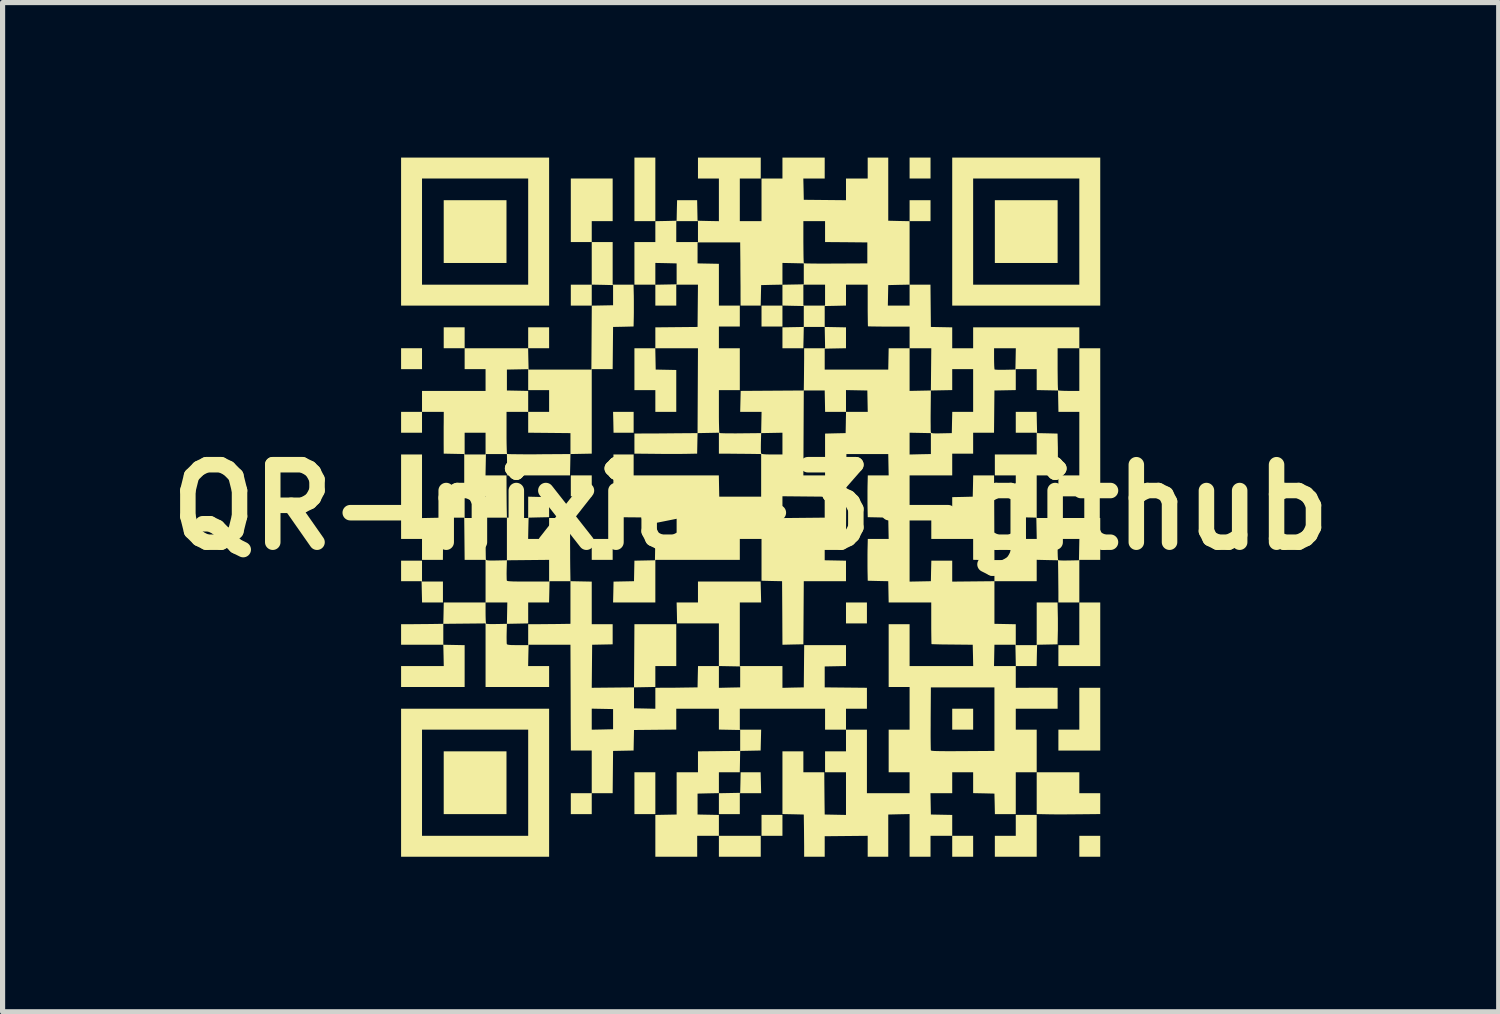
<source format=kicad_pcb>
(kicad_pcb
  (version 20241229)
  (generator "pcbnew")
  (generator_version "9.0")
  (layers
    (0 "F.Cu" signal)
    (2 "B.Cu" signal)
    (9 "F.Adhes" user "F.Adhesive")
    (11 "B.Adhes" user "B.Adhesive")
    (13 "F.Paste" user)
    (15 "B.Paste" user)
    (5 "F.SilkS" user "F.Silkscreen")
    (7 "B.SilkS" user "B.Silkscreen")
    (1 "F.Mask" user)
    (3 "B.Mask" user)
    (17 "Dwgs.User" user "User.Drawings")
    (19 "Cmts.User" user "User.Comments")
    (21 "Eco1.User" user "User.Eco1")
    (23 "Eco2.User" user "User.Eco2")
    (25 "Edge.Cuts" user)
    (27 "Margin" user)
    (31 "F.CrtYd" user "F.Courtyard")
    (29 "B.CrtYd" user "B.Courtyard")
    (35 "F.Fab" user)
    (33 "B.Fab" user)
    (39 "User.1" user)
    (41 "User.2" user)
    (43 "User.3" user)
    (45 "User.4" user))
  (footprint "QR-nixie-3-github"
    (layer "F.Cu")
    (at 11.479 6.766)
    (property "Reference" "QR-nixie-3-github" (at 0 0 0) (layer "F.SilkS") (effects (font (size 1.5 1.5) (thickness 0.3))))
    (attr board_only exclude_from_pos_files exclude_from_bom)
    (fp_poly (pts (xy -6.361 -2.873) (xy -6.361 -2.671) (xy -6.564 -2.671) (xy -6.766 -2.671) (xy -6.766 -2.873) (xy -6.766 -3.076) (xy -6.564 -3.076) (xy -6.361 -3.076)) (stroke (width 0) (type solid)) (fill yes) (layer "F.SilkS"))
    (fp_poly (pts (xy -5.536 -3.278) (xy -5.536 -3.076) (xy -5.739 -3.076) (xy -5.941 -3.076) (xy -5.941 -3.278) (xy -5.941 -3.481) (xy -5.739 -3.481) (xy -5.536 -3.481)) (stroke (width 0) (type solid)) (fill yes) (layer "F.SilkS"))
    (fp_poly (pts (xy -4.726 -5.334) (xy -4.726 -4.726) (xy -5.334 -4.726) (xy -5.941 -4.726) (xy -5.941 -5.334) (xy -5.941 -5.941) (xy -5.334 -5.941) (xy -4.726 -5.941)) (stroke (width 0) (type solid)) (fill yes) (layer "F.SilkS"))
    (fp_poly (pts (xy -4.726 5.334) (xy -4.726 5.941) (xy -5.334 5.941) (xy -5.941 5.941) (xy -5.941 5.334) (xy -5.941 4.726) (xy -5.334 4.726) (xy -4.726 4.726)) (stroke (width 0) (type solid)) (fill yes) (layer "F.SilkS"))
    (fp_poly (pts (xy -3.901 -3.278) (xy -3.901 -3.076) (xy -4.104 -3.076) (xy -4.306 -3.076) (xy -4.306 -3.278) (xy -4.306 -3.481) (xy -4.103 -3.481) (xy -3.901 -3.481)) (stroke (width 0) (type solid)) (fill yes) (layer "F.SilkS"))
    (fp_poly (pts (xy -3.076 -4.103) (xy -3.076 -3.901) (xy -3.278 -3.901) (xy -3.481 -3.901) (xy -3.481 -4.103) (xy -3.481 -4.306) (xy -3.278 -4.306) (xy -3.076 -4.306)) (stroke (width 0) (type solid)) (fill yes) (layer "F.SilkS"))
    (fp_poly (pts (xy -3.076 -0.413) (xy -3.076 -0.21) (xy -3.278 -0.21) (xy -3.481 -0.21) (xy -3.481 -0.413) (xy -3.481 -0.615) (xy -3.278 -0.615) (xy -3.076 -0.615)) (stroke (width 0) (type solid)) (fill yes) (layer "F.SilkS"))
    (fp_poly (pts (xy -2.671 0.818) (xy -2.671 1.02) (xy -2.873 1.02) (xy -3.076 1.02) (xy -3.076 0.818) (xy -3.076 0.615) (xy -2.873 0.615) (xy -2.671 0.615)) (stroke (width 0) (type solid)) (fill yes) (layer "F.SilkS"))
    (fp_poly (pts (xy -2.464 -1.845) (xy -2.265 -1.845) (xy -2.265 -1.643) (xy -2.265 -1.44) (xy -2.46 -1.44) (xy -2.654 -1.44) (xy -2.658 -1.643) (xy -2.663 -1.845)) (stroke (width 0) (type solid)) (fill yes) (layer "F.SilkS"))
    (fp_poly (pts (xy -1.845 -6.151) (xy -1.845 -5.536) (xy -2.048 -5.536) (xy -2.25 -5.536) (xy -2.25 -6.151) (xy -2.25 -6.766) (xy -2.048 -6.766) (xy -1.845 -6.766)) (stroke (width 0) (type solid)) (fill yes) (layer "F.SilkS"))
    (fp_poly (pts (xy -1.845 5.536) (xy -1.845 5.941) (xy -2.048 5.941) (xy -2.25 5.941) (xy -2.25 5.536) (xy -2.25 5.131) (xy -2.048 5.131) (xy -1.845 5.131)) (stroke (width 0) (type solid)) (fill yes) (layer "F.SilkS"))
    (fp_poly (pts (xy 0.195 6.564) (xy 0.195 6.766) (xy -0.21 6.766) (xy -0.615 6.766) (xy -0.615 6.564) (xy -0.615 6.361) (xy -0.21 6.361) (xy 0.195 6.361)) (stroke (width 0) (type solid)) (fill yes) (layer "F.SilkS"))
    (fp_poly (pts (xy 0.615 -3.698) (xy 0.615 -3.496) (xy 0.413 -3.496) (xy 0.21 -3.496) (xy 0.21 -3.698) (xy 0.21 -3.901) (xy 0.413 -3.901) (xy 0.615 -3.901)) (stroke (width 0) (type solid)) (fill yes) (layer "F.SilkS"))
    (fp_poly (pts (xy 0.615 6.159) (xy 0.615 6.361) (xy 0.413 6.361) (xy 0.21 6.361) (xy 0.21 6.159) (xy 0.21 5.956) (xy 0.413 5.956) (xy 0.615 5.956)) (stroke (width 0) (type solid)) (fill yes) (layer "F.SilkS"))
    (fp_poly (pts (xy 2.25 2.048) (xy 2.25 2.25) (xy 2.048 2.25) (xy 1.845 2.25) (xy 1.845 2.048) (xy 1.845 1.845) (xy 2.048 1.845) (xy 2.25 1.845)) (stroke (width 0) (type solid)) (fill yes) (layer "F.SilkS"))
    (fp_poly (pts (xy 3.481 -6.564) (xy 3.481 -6.361) (xy 3.278 -6.361) (xy 3.076 -6.361) (xy 3.076 -6.564) (xy 3.076 -6.766) (xy 3.278 -6.766) (xy 3.481 -6.766)) (stroke (width 0) (type solid)) (fill yes) (layer "F.SilkS"))
    (fp_poly (pts (xy 3.481 -5.739) (xy 3.481 -5.536) (xy 3.278 -5.536) (xy 3.076 -5.536) (xy 3.076 -5.738) (xy 3.076 -5.941) (xy 3.278 -5.941) (xy 3.481 -5.941)) (stroke (width 0) (type solid)) (fill yes) (layer "F.SilkS"))
    (fp_poly (pts (xy 4.306 4.103) (xy 4.306 4.306) (xy 4.103 4.306) (xy 3.901 4.306) (xy 3.901 4.103) (xy 3.901 3.901) (xy 4.103 3.901) (xy 4.306 3.901)) (stroke (width 0) (type solid)) (fill yes) (layer "F.SilkS"))
    (fp_poly (pts (xy 4.306 6.564) (xy 4.306 6.766) (xy 4.103 6.766) (xy 3.901 6.766) (xy 3.901 6.564) (xy 3.901 6.361) (xy 4.103 6.361) (xy 4.306 6.361)) (stroke (width 0) (type solid)) (fill yes) (layer "F.SilkS"))
    (fp_poly (pts (xy 5.941 -5.334) (xy 5.941 -4.726) (xy 5.334 -4.726) (xy 4.726 -4.726) (xy 4.726 -5.334) (xy 4.726 -5.941) (xy 5.334 -5.941) (xy 5.941 -5.941)) (stroke (width 0) (type solid)) (fill yes) (layer "F.SilkS"))
    (fp_poly (pts (xy 6.766 6.564) (xy 6.766 6.766) (xy 6.564 6.766) (xy 6.361 6.766) (xy 6.361 6.564) (xy 6.361 6.361) (xy 6.564 6.361) (xy 6.766 6.361)) (stroke (width 0) (type solid)) (fill yes) (layer "F.SilkS"))
    (fp_poly (pts (xy -2.671 -5.949) (xy -2.671 -5.536) (xy -2.873 -5.536) (xy -3.076 -5.536) (xy -3.076 -5.334) (xy -3.076 -5.131) (xy -3.278 -5.131) (xy -3.481 -5.131) (xy -3.481 -5.746) (xy -3.481 -6.361) (xy -3.076 -6.361) (xy -2.671 -6.361)) (stroke (width 0) (type solid)) (fill yes) (layer "F.SilkS"))
    (fp_poly (pts (xy 5.536 6.361) (xy 5.536 6.766) (xy 5.131 6.766) (xy 4.726 6.766) (xy 4.726 6.564) (xy 4.726 6.361) (xy 4.928 6.361) (xy 5.131 6.361) (xy 5.131 6.159) (xy 5.131 5.956) (xy 5.334 5.956) (xy 5.536 5.956)) (stroke (width 0) (type solid)) (fill yes) (layer "F.SilkS"))
    (fp_poly (pts (xy 6.766 2.46) (xy 6.766 3.076) (xy 6.361 3.076) (xy 5.956 3.076) (xy 5.956 2.873) (xy 5.956 2.671) (xy 6.159 2.671) (xy 6.361 2.671) (xy 6.361 2.258) (xy 6.361 1.845) (xy 6.564 1.845) (xy 6.766 1.845)) (stroke (width 0) (type solid)) (fill yes) (layer "F.SilkS"))
    (fp_poly (pts (xy 6.766 4.103) (xy 6.766 4.711) (xy 6.361 4.711) (xy 5.956 4.711) (xy 5.956 4.508) (xy 5.956 4.306) (xy 6.159 4.306) (xy 6.361 4.306) (xy 6.361 3.901) (xy 6.361 3.496) (xy 6.564 3.496) (xy 6.766 3.496)) (stroke (width 0) (type solid)) (fill yes) (layer "F.SilkS"))
    (fp_poly (pts (xy -6.361 1.238) (xy -6.361 1.44) (xy -6.159 1.44) (xy -5.956 1.44) (xy -5.956 1.643) (xy -5.956 1.845) (xy -6.158 1.845) (xy -6.36 1.845) (xy -6.365 1.639) (xy -6.369 1.433) (xy -6.568 1.433) (xy -6.766 1.433) (xy -6.766 1.234) (xy -6.766 1.035) (xy -6.564 1.035) (xy -6.361 1.035)) (stroke (width 0) (type solid)) (fill yes) (layer "F.SilkS"))
    (fp_poly (pts (xy -1.842 -2.869) (xy -1.838 -2.663) (xy -1.639 -2.659) (xy -1.44 -2.655) (xy -1.44 -2.25) (xy -1.44 -1.845) (xy -1.643 -1.845) (xy -1.845 -1.845) (xy -1.845 -2.055) (xy -1.845 -2.265) (xy -2.048 -2.265) (xy -2.25 -2.265) (xy -2.25 -2.671) (xy -2.25 -3.076) (xy -2.048 -3.076) (xy -1.846 -3.076)) (stroke (width 0) (type solid)) (fill yes) (layer "F.SilkS"))
    (fp_poly (pts (xy 0.198 5.334) (xy 0.203 5.536) (xy -0.004 5.536) (xy -0.21 5.536) (xy -0.21 5.739) (xy -0.21 5.941) (xy -0.413 5.941) (xy -0.615 5.941) (xy -0.615 5.738) (xy -0.615 5.537) (xy -0.409 5.533) (xy -0.203 5.529) (xy -0.198 5.33) (xy -0.194 5.131) (xy -0.000376 5.131) (xy 0.193 5.131)) (stroke (width 0) (type solid)) (fill yes) (layer "F.SilkS"))
    (fp_poly (pts (xy -3.901 -5.334) (xy -3.901 -3.901) (xy -5.334 -3.901) (xy -6.766 -3.901) (xy -6.766 -5.334) (xy -6.361 -5.334) (xy -6.361 -4.306) (xy -5.334 -4.306) (xy -4.306 -4.306) (xy -4.306 -5.334) (xy -4.306 -6.361) (xy -5.334 -6.361) (xy -6.361 -6.361) (xy -6.361 -5.334) (xy -6.766 -5.334) (xy -6.766 -6.766) (xy -5.334 -6.766) (xy -3.901 -6.766)) (stroke (width 0) (type solid)) (fill yes) (layer "F.SilkS"))
    (fp_poly (pts (xy -3.901 5.334) (xy -3.901 6.766) (xy -5.334 6.766) (xy -6.766 6.766) (xy -6.766 5.334) (xy -6.361 5.334) (xy -6.361 6.361) (xy -5.334 6.361) (xy -4.306 6.361) (xy -4.306 5.334) (xy -4.306 4.306) (xy -5.334 4.306) (xy -6.361 4.306) (xy -6.361 5.334) (xy -6.766 5.334) (xy -6.766 3.901) (xy -5.334 3.901) (xy -3.901 3.901)) (stroke (width 0) (type solid)) (fill yes) (layer "F.SilkS"))
    (fp_poly (pts (xy 6.361 5.334) (xy 6.361 5.536) (xy 6.564 5.536) (xy 6.766 5.536) (xy 6.766 5.738) (xy 6.766 5.94) (xy 6.358 5.944) (xy 6.236 5.945) (xy 6.112 5.946) (xy 5.992 5.946) (xy 5.883 5.946) (xy 5.792 5.945) (xy 5.742 5.944) (xy 5.536 5.94) (xy 5.536 5.536) (xy 5.536 5.131) (xy 5.949 5.131) (xy 6.361 5.131)) (stroke (width 0) (type solid)) (fill yes) (layer "F.SilkS"))
    (fp_poly (pts (xy 6.766 -5.334) (xy 6.766 -3.901) (xy 5.334 -3.901) (xy 3.901 -3.901) (xy 3.901 -5.334) (xy 4.306 -5.334) (xy 4.306 -4.306) (xy 5.334 -4.306) (xy 6.361 -4.306) (xy 6.361 -5.334) (xy 6.361 -6.361) (xy 5.334 -6.361) (xy 4.306 -6.361) (xy 4.306 -5.334) (xy 3.901 -5.334) (xy 3.901 -6.766) (xy 5.334 -6.766) (xy 6.766 -6.766)) (stroke (width 0) (type solid)) (fill yes) (layer "F.SilkS"))
    (fp_poly (pts (xy -2.671 -4.718) (xy -2.671 -4.306) (xy -2.469 -4.306) (xy -2.267 -4.306) (xy -2.262 -4.092) (xy -2.261 -3.992) (xy -2.261 -3.881) (xy -2.261 -3.773) (xy -2.262 -3.687) (xy -2.266 -3.497) (xy -2.465 -3.492) (xy -2.663 -3.488) (xy -2.667 -3.079) (xy -2.671 -2.671) (xy -2.873 -2.671) (xy -3.076 -2.671) (xy -3.076 -1.853) (xy -3.076 -1.036) (xy -3.282 -1.032) (xy -3.488 -1.028) (xy -3.492 -0.821) (xy -3.497 -0.615) (xy -4.103 -0.615) (xy -4.71 -0.615) (xy -4.714 -0.821) (xy -4.718 -1.028) (xy -4.921 -1.028) (xy -5.124 -1.028) (xy -5.128 -0.821) (xy -5.132 -0.615) (xy -4.929 -0.615) (xy -4.726 -0.615) (xy -4.725 -0.409) (xy -4.725 -0.307) (xy -4.724 -0.193) (xy -4.723 -0.079) (xy -4.722 0) (xy -4.718 0.203) (xy -4.512 0.207) (xy -4.306 0.211) (xy -4.306 0.004) (xy -4.306 -0.203) (xy -4.103 -0.198) (xy -3.901 -0.193) (xy -3.901 0.000377) (xy -3.901 0.194) (xy -4.1 0.198) (xy -4.298 0.203) (xy -4.303 0.409) (xy -4.307 0.615) (xy -4.104 0.615) (xy -3.901 0.615) (xy -3.901 0.413) (xy -3.901 0.21) (xy -3.698 0.21) (xy -3.496 0.21) (xy -3.495 0.619) (xy -3.495 0.74) (xy -3.494 0.864) (xy -3.494 0.983) (xy -3.493 1.091) (xy -3.492 1.181) (xy -3.491 1.23) (xy -3.488 1.433) (xy -3.282 1.437) (xy -3.076 1.441) (xy -3.076 1.853) (xy -3.076 2.265) (xy -2.873 2.265) (xy -2.671 2.265) (xy -2.671 2.46) (xy -2.671 2.655) (xy -2.869 2.659) (xy -3.068 2.663) (xy -3.072 3.079) (xy -3.076 3.496) (xy -2.667 3.492) (xy -2.258 3.488) (xy -2.254 2.877) (xy -2.25 2.265) (xy -1.845 2.265) (xy -1.44 2.265) (xy -1.44 2.671) (xy -1.44 3.076) (xy -1.643 3.076) (xy -1.845 3.076) (xy -1.845 3.278) (xy -1.845 3.48) (xy -2.052 3.484) (xy -2.258 3.488) (xy -2.258 3.691) (xy -2.258 3.893) (xy -2.052 3.897) (xy -1.845 3.902) (xy -1.845 3.699) (xy -1.845 3.496) (xy -1.639 3.495) (xy -1.538 3.495) (xy -1.423 3.494) (xy -1.31 3.492) (xy -1.23 3.491) (xy -1.028 3.488) (xy -1.024 3.282) (xy -1.019 3.076) (xy -0.817 3.076) (xy -0.615 3.076) (xy -0.615 3.286) (xy -0.615 3.497) (xy -0.409 3.492) (xy -0.203 3.488) (xy -0.203 3.286) (xy -0.203 3.083) (xy -0.409 3.079) (xy -0.615 3.075) (xy -0.615 2.663) (xy -0.615 2.25) (xy -1.019 2.25) (xy -1.424 2.25) (xy -1.428 2.048) (xy -1.433 1.845) (xy -1.226 1.845) (xy -1.02 1.845) (xy -1.02 1.643) (xy -1.02 1.44) (xy -0.413 1.44) (xy 0.193 1.44) (xy 0.198 1.643) (xy 0.203 1.845) (xy -0.004 1.845) (xy -0.21 1.845) (xy -0.21 2.46) (xy -0.21 3.076) (xy 0.203 3.076) (xy 0.615 3.076) (xy 0.615 3.286) (xy 0.615 3.497) (xy 0.821 3.492) (xy 1.028 3.488) (xy 1.032 3.079) (xy 1.036 2.671) (xy 1.441 2.671) (xy 1.845 2.671) (xy 1.845 2.873) (xy 1.845 3.075) (xy 1.639 3.079) (xy 1.433 3.083) (xy 1.433 3.286) (xy 1.433 3.488) (xy 1.842 3.492) (xy 2.25 3.496) (xy 2.25 3.698) (xy 2.25 3.901) (xy 2.048 3.901) (xy 1.845 3.901) (xy 1.845 4.103) (xy 1.845 4.306) (xy 1.643 4.306) (xy 1.44 4.306) (xy 1.44 4.103) (xy 1.44 3.901) (xy 0.615 3.901) (xy -0.21 3.901) (xy -0.21 4.103) (xy -0.21 4.306) (xy -0.004 4.306) (xy 0.203 4.306) (xy 0.198 4.508) (xy 0.193 4.71) (xy -0.005 4.714) (xy -0.203 4.718) (xy -0.207 4.925) (xy -0.211 5.131) (xy -0.413 5.131) (xy -0.615 5.131) (xy -0.615 5.334) (xy -0.615 5.535) (xy -0.821 5.539) (xy -1.028 5.544) (xy -1.028 5.746) (xy -1.028 5.949) (xy -0.821 5.953) (xy -0.615 5.957) (xy -0.615 6.159) (xy -0.615 6.361) (xy -0.825 6.361) (xy -1.035 6.361) (xy -1.035 6.564) (xy -1.035 6.766) (xy -1.44 6.766) (xy -1.845 6.766) (xy -1.845 6.362) (xy -1.845 5.957) (xy -1.639 5.953) (xy -1.433 5.949) (xy -1.433 5.54) (xy -1.433 5.131) (xy -1.226 5.131) (xy -1.02 5.131) (xy -1.02 4.929) (xy -1.02 4.726) (xy -0.611 4.722) (xy -0.203 4.718) (xy -0.203 4.516) (xy -0.203 4.313) (xy -0.409 4.309) (xy -0.615 4.305) (xy -0.615 4.103) (xy -0.615 3.901) (xy -1.028 3.901) (xy -1.44 3.901) (xy -1.44 4.103) (xy -1.44 4.305) (xy -1.849 4.309) (xy -2.258 4.313) (xy -2.262 4.512) (xy -2.266 4.71) (xy -2.465 4.714) (xy -2.663 4.718) (xy -2.667 5.127) (xy -2.671 5.536) (xy -2.873 5.536) (xy -3.076 5.536) (xy -3.076 5.739) (xy -3.076 5.941) (xy -3.278 5.941) (xy -3.481 5.941) (xy -3.481 5.739) (xy -3.481 5.536) (xy -3.278 5.536) (xy -3.076 5.536) (xy -3.076 5.124) (xy -3.076 4.711) (xy -3.278 4.711) (xy -3.48 4.711) (xy -3.483 4.103) (xy -3.076 4.103) (xy -3.076 4.307) (xy -2.869 4.303) (xy -2.663 4.298) (xy -2.663 4.103) (xy -2.663 3.908) (xy -2.869 3.904) (xy -3.076 3.9) (xy -3.076 4.103) (xy -3.483 4.103) (xy -3.484 3.687) (xy -3.488 2.663) (xy -3.893 2.663) (xy -4.298 2.663) (xy -4.303 2.869) (xy -4.307 3.076) (xy -4.104 3.076) (xy -3.901 3.076) (xy -3.901 3.278) (xy -3.901 3.481) (xy -4.516 3.481) (xy -5.131 3.481) (xy -5.131 2.865) (xy -5.131 2.518) (xy -4.724 2.518) (xy -4.723 2.581) (xy -4.722 2.627) (xy -4.72 2.65) (xy -4.719 2.651) (xy -4.708 2.659) (xy -4.68 2.665) (xy -4.631 2.669) (xy -4.557 2.67) (xy -4.509 2.671) (xy -4.306 2.671) (xy -4.306 2.468) (xy -4.306 2.265) (xy -4.1 2.265) (xy -3.998 2.264) (xy -3.883 2.263) (xy -3.77 2.262) (xy -3.691 2.261) (xy -3.488 2.258) (xy -3.488 1.845) (xy -3.488 1.433) (xy -3.691 1.433) (xy -3.893 1.433) (xy -3.897 1.639) (xy -3.902 1.845) (xy -4.104 1.845) (xy -4.306 1.845) (xy -4.306 2.047) (xy -4.306 2.25) (xy -4.512 2.254) (xy -4.718 2.258) (xy -4.723 2.445) (xy -4.724 2.518) (xy -5.131 2.518) (xy -5.131 2.25) (xy -5.54 2.254) (xy -5.949 2.258) (xy -5.949 2.46) (xy -5.949 2.663) (xy -5.742 2.667) (xy -5.536 2.671) (xy -5.536 3.076) (xy -5.536 3.481) (xy -6.151 3.481) (xy -6.766 3.481) (xy -6.766 3.278) (xy -6.766 3.076) (xy -6.353 3.076) (xy -5.94 3.076) (xy -5.944 2.869) (xy -5.949 2.663) (xy -6.358 2.663) (xy -6.766 2.663) (xy -6.766 2.464) (xy -6.766 2.265) (xy -6.56 2.265) (xy -6.459 2.264) (xy -6.344 2.263) (xy -6.231 2.262) (xy -6.151 2.261) (xy -5.949 2.258) (xy -5.944 2.052) (xy -5.944 2.045) (xy -5.131 2.045) (xy -5.13 2.12) (xy -5.128 2.184) (xy -5.125 2.23) (xy -5.121 2.254) (xy -5.121 2.256) (xy -5.102 2.259) (xy -5.06 2.262) (xy -5 2.263) (xy -4.928 2.262) (xy -4.914 2.262) (xy -4.718 2.258) (xy -4.714 2.052) (xy -4.71 1.845) (xy -4.921 1.845) (xy -5.131 1.845) (xy -5.131 2.045) (xy -5.944 2.045) (xy -5.94 1.845) (xy -5.536 1.845) (xy -5.131 1.845) (xy -5.131 1.433) (xy -5.131 1.288) (xy -4.724 1.288) (xy -4.723 1.351) (xy -4.722 1.397) (xy -4.72 1.42) (xy -4.719 1.421) (xy -4.711 1.427) (xy -4.689 1.432) (xy -4.651 1.435) (xy -4.594 1.438) (xy -4.515 1.439) (xy -4.412 1.44) (xy -4.306 1.44) (xy -3.901 1.44) (xy -3.901 1.23) (xy -3.901 1.02) (xy -4.31 1.024) (xy -4.718 1.028) (xy -4.723 1.214) (xy -4.724 1.288) (xy -5.131 1.288) (xy -5.131 1.02) (xy -5.333 1.02) (xy -5.536 1.02) (xy -5.538 0.804) (xy -5.129 0.804) (xy -5.128 0.888) (xy -5.127 0.954) (xy -5.126 0.999) (xy -5.124 1.017) (xy -5.113 1.025) (xy -5.087 1.03) (xy -5.04 1.033) (xy -4.969 1.033) (xy -4.918 1.032) (xy -4.718 1.028) (xy -4.718 0.615) (xy -4.718 0.203) (xy -4.921 0.203) (xy -5.124 0.203) (xy -5.128 0.6) (xy -5.128 0.707) (xy -5.129 0.804) (xy -5.538 0.804) (xy -5.54 0.611) (xy -5.544 0.203) (xy -5.746 0.203) (xy -5.949 0.203) (xy -5.953 0.611) (xy -5.957 1.02) (xy -6.159 1.02) (xy -6.361 1.02) (xy -6.361 0.818) (xy -6.361 0.615) (xy -6.564 0.615) (xy -6.766 0.615) (xy -6.766 -0.203) (xy -6.766 -1.02) (xy -6.564 -1.02) (xy -6.361 -1.02) (xy -6.361 -0.405) (xy -6.361 0.211) (xy -6.155 0.207) (xy -5.949 0.203) (xy -5.944 0.004) (xy -5.944 0) (xy -5.536 0) (xy -5.536 0.21) (xy -5.334 0.21) (xy -5.131 0.21) (xy -5.131 0) (xy -5.131 -0.21) (xy -5.334 -0.21) (xy -5.536 -0.21) (xy -5.536 0) (xy -5.944 0) (xy -5.94 -0.194) (xy -5.742 -0.198) (xy -5.544 -0.203) (xy -5.544 -0.615) (xy -5.544 -1.028) (xy -5.742 -1.032) (xy -5.941 -1.036) (xy -5.942 -1.23) (xy -5.536 -1.23) (xy -5.536 -1.02) (xy -5.334 -1.02) (xy -5.131 -1.02) (xy -5.131 -1.23) (xy -5.131 -1.44) (xy -5.334 -1.44) (xy -5.536 -1.44) (xy -5.536 -1.23) (xy -5.942 -1.23) (xy -5.942 -1.234) (xy -5.942 -1.333) (xy -5.942 -1.445) (xy -5.942 -1.558) (xy -5.941 -1.639) (xy -5.94 -1.845) (xy -4.725 -1.845) (xy -4.725 -1.443) (xy -4.725 -1.335) (xy -4.724 -1.238) (xy -4.722 -1.155) (xy -4.72 -1.09) (xy -4.718 -1.047) (xy -4.715 -1.03) (xy -4.715 -1.03) (xy -4.699 -1.028) (xy -4.655 -1.026) (xy -4.588 -1.025) (xy -4.501 -1.024) (xy -4.397 -1.023) (xy -4.278 -1.023) (xy -4.149 -1.023) (xy -4.097 -1.024) (xy -3.488 -1.028) (xy -3.488 -1.23) (xy -3.488 -1.433) (xy -3.897 -1.437) (xy -4.306 -1.441) (xy -4.306 -1.643) (xy -4.306 -1.845) (xy -4.103 -1.845) (xy -3.901 -1.845) (xy -3.901 -2.055) (xy -3.901 -2.265) (xy -4.103 -2.265) (xy -4.306 -2.265) (xy -4.306 -2.468) (xy -4.306 -2.671) (xy -4.512 -2.667) (xy -4.718 -2.663) (xy -4.718 -2.46) (xy -4.718 -2.258) (xy -4.512 -2.254) (xy -4.306 -2.25) (xy -4.306 -2.047) (xy -4.306 -1.845) (xy -4.516 -1.845) (xy -4.725 -1.845) (xy -5.94 -1.845) (xy -6.151 -1.845) (xy -6.361 -1.845) (xy -6.361 -1.643) (xy -6.361 -1.44) (xy -6.564 -1.44) (xy -6.766 -1.44) (xy -6.766 -1.643) (xy -6.766 -1.845) (xy -6.564 -1.845) (xy -6.361 -1.845) (xy -6.361 -2.048) (xy -6.361 -2.25) (xy -5.746 -2.25) (xy -5.131 -2.25) (xy -5.131 -2.46) (xy -5.131 -2.671) (xy -5.334 -2.671) (xy -5.536 -2.671) (xy -5.536 -2.873) (xy -5.536 -3.076) (xy -4.921 -3.076) (xy -4.307 -3.076) (xy -4.303 -2.869) (xy -4.298 -2.663) (xy -3.691 -2.663) (xy -3.083 -2.663) (xy -3.079 -3.282) (xy -3.075 -3.9) (xy -2.869 -3.904) (xy -2.663 -3.908) (xy -2.663 -4.103) (xy -2.663 -4.298) (xy -2.869 -4.303) (xy -3.076 -4.307) (xy -3.076 -4.718) (xy -3.076 -5.131) (xy -2.873 -5.131) (xy -2.671 -5.131)) (stroke (width 0) (type solid)) (fill yes) (layer "F.SilkS"))
    (fp_poly (pts (xy 2.663 -6.155) (xy 2.663 -5.544) (xy 2.869 -5.539) (xy 3.076 -5.535) (xy 3.076 -4.921) (xy 3.076 -4.307) (xy 2.869 -4.303) (xy 2.663 -4.298) (xy 2.659 -4.1) (xy 2.655 -3.901) (xy 2.865 -3.901) (xy 3.076 -3.901) (xy 3.076 -4.104) (xy 3.076 -4.306) (xy 3.278 -4.306) (xy 3.48 -4.306) (xy 3.484 -3.897) (xy 3.488 -3.488) (xy 3.694 -3.484) (xy 3.901 -3.48) (xy 3.901 -3.278) (xy 3.901 -3.076) (xy 4.103 -3.076) (xy 4.306 -3.076) (xy 4.306 -3.278) (xy 4.306 -3.481) (xy 5.334 -3.481) (xy 6.361 -3.481) (xy 6.361 -3.278) (xy 6.361 -3.076) (xy 6.151 -3.076) (xy 5.941 -3.076) (xy 5.941 -2.673) (xy 5.942 -2.566) (xy 5.943 -2.469) (xy 5.944 -2.386) (xy 5.946 -2.321) (xy 5.949 -2.278) (xy 5.951 -2.26) (xy 5.951 -2.26) (xy 5.969 -2.257) (xy 6.011 -2.254) (xy 6.071 -2.251) (xy 6.144 -2.25) (xy 6.161 -2.25) (xy 6.361 -2.25) (xy 6.361 -2.663) (xy 6.361 -3.076) (xy 6.564 -3.076) (xy 6.766 -3.076) (xy 6.766 -1.643) (xy 6.766 -0.21) (xy 6.361 -0.21) (xy 5.956 -0.21) (xy 5.956 -0.413) (xy 5.956 -0.615) (xy 6.159 -0.615) (xy 6.361 -0.615) (xy 6.361 -1.23) (xy 6.361 -1.845) (xy 6.159 -1.845) (xy 5.957 -1.845) (xy 5.953 -2.052) (xy 5.949 -2.258) (xy 5.742 -2.262) (xy 5.536 -2.266) (xy 5.536 -2.468) (xy 5.536 -2.671) (xy 5.334 -2.671) (xy 5.131 -2.671) (xy 5.131 -2.468) (xy 5.131 -2.266) (xy 4.925 -2.262) (xy 4.718 -2.258) (xy 4.714 -1.849) (xy 4.71 -1.44) (xy 4.508 -1.44) (xy 4.306 -1.44) (xy 4.306 -1.238) (xy 4.306 -1.035) (xy 4.103 -1.035) (xy 3.901 -1.035) (xy 3.901 -0.825) (xy 3.901 -0.615) (xy 3.488 -0.615) (xy 3.076 -0.615) (xy 3.076 0.413) (xy 3.076 1.441) (xy 3.282 1.437) (xy 3.488 1.433) (xy 3.492 1.234) (xy 3.497 1.035) (xy 3.699 1.035) (xy 3.901 1.035) (xy 3.901 1.238) (xy 3.901 1.441) (xy 4.31 1.437) (xy 4.718 1.433) (xy 4.718 1.23) (xy 4.718 1.028) (xy 4.512 1.024) (xy 4.306 1.019) (xy 4.306 0.817) (xy 4.306 0.615) (xy 3.901 0.615) (xy 3.496 0.615) (xy 3.496 0.413) (xy 3.496 0.21) (xy 3.698 0.21) (xy 3.901 0.21) (xy 3.901 0.008) (xy 3.901 -0.194) (xy 4.1 -0.198) (xy 4.298 -0.203) (xy 4.303 -0.409) (xy 4.307 -0.615) (xy 4.509 -0.615) (xy 4.711 -0.615) (xy 4.715 0.206) (xy 4.718 1.028) (xy 4.921 1.028) (xy 5.124 1.028) (xy 5.128 0.821) (xy 5.128 0.815) (xy 5.941 0.815) (xy 5.942 0.89) (xy 5.944 0.953) (xy 5.947 1) (xy 5.951 1.024) (xy 5.952 1.026) (xy 5.97 1.029) (xy 6.012 1.032) (xy 6.072 1.033) (xy 6.144 1.032) (xy 6.158 1.032) (xy 6.354 1.028) (xy 6.358 0.821) (xy 6.362 0.615) (xy 6.152 0.615) (xy 5.941 0.615) (xy 5.941 0.815) (xy 5.128 0.815) (xy 5.132 0.615) (xy 5.334 0.615) (xy 5.537 0.615) (xy 5.533 0.409) (xy 5.529 0.203) (xy 5.33 0.198) (xy 5.131 0.194) (xy 5.131 -0.21) (xy 5.131 -0.615) (xy 4.928 -0.615) (xy 4.726 -0.615) (xy 4.726 -0.818) (xy 4.726 -1.02) (xy 5.131 -1.02) (xy 5.536 -1.02) (xy 5.536 -1.23) (xy 5.536 -1.44) (xy 5.334 -1.44) (xy 5.131 -1.44) (xy 5.131 -1.643) (xy 5.131 -1.845) (xy 5.333 -1.845) (xy 5.535 -1.845) (xy 5.539 -1.639) (xy 5.544 -1.433) (xy 5.742 -1.429) (xy 5.94 -1.424) (xy 5.944 -1.234) (xy 5.946 -1.141) (xy 5.946 -1.032) (xy 5.946 -0.921) (xy 5.944 -0.829) (xy 5.94 -0.615) (xy 5.738 -0.615) (xy 5.536 -0.615) (xy 5.536 -0.203) (xy 5.536 0.21) (xy 6.151 0.21) (xy 6.766 0.21) (xy 6.766 0.615) (xy 6.766 1.02) (xy 6.564 1.02) (xy 6.361 1.02) (xy 6.361 1.433) (xy 6.361 1.845) (xy 6.159 1.845) (xy 5.956 1.845) (xy 5.956 1.639) (xy 5.955 1.538) (xy 5.954 1.423) (xy 5.953 1.31) (xy 5.952 1.23) (xy 5.949 1.028) (xy 5.742 1.024) (xy 5.536 1.019) (xy 5.536 1.226) (xy 5.536 1.433) (xy 5.127 1.433) (xy 4.718 1.433) (xy 4.718 1.845) (xy 4.718 2.258) (xy 4.925 2.262) (xy 5.131 2.266) (xy 5.131 2.468) (xy 5.131 2.671) (xy 5.334 2.671) (xy 5.536 2.671) (xy 5.536 2.258) (xy 5.536 1.845) (xy 5.738 1.845) (xy 5.94 1.845) (xy 5.944 2.059) (xy 5.946 2.159) (xy 5.946 2.27) (xy 5.946 2.378) (xy 5.944 2.464) (xy 5.94 2.655) (xy 5.742 2.659) (xy 5.544 2.663) (xy 5.539 2.869) (xy 5.535 3.076) (xy 5.333 3.076) (xy 5.132 3.076) (xy 5.128 2.869) (xy 5.124 2.663) (xy 4.921 2.663) (xy 4.718 2.663) (xy 4.714 2.869) (xy 4.71 3.076) (xy 4.921 3.076) (xy 5.131 3.076) (xy 5.131 3.286) (xy 5.131 3.497) (xy 5.337 3.496) (xy 5.438 3.495) (xy 5.552 3.495) (xy 5.663 3.495) (xy 5.742 3.495) (xy 5.941 3.496) (xy 5.941 3.698) (xy 5.941 3.901) (xy 5.536 3.901) (xy 5.131 3.901) (xy 5.131 4.103) (xy 5.131 4.306) (xy 5.334 4.306) (xy 5.536 4.306) (xy 5.536 4.718) (xy 5.536 5.131) (xy 5.334 5.131) (xy 5.131 5.131) (xy 5.131 5.536) (xy 5.131 5.941) (xy 4.929 5.941) (xy 4.727 5.941) (xy 4.723 5.742) (xy 4.718 5.544) (xy 4.512 5.539) (xy 4.306 5.535) (xy 4.306 5.333) (xy 4.306 5.131) (xy 4.103 5.131) (xy 3.901 5.131) (xy 3.901 5.334) (xy 3.901 5.536) (xy 3.69 5.536) (xy 3.48 5.536) (xy 3.484 5.742) (xy 3.488 5.949) (xy 3.694 5.953) (xy 3.901 5.957) (xy 3.901 6.159) (xy 3.901 6.361) (xy 3.691 6.361) (xy 3.481 6.361) (xy 3.481 6.564) (xy 3.481 6.766) (xy 3.278 6.766) (xy 3.076 6.766) (xy 3.076 6.353) (xy 3.076 5.94) (xy 2.869 5.944) (xy 2.663 5.949) (xy 2.663 6.358) (xy 2.663 6.766) (xy 2.464 6.766) (xy 2.265 6.766) (xy 2.265 6.564) (xy 2.265 6.361) (xy 1.849 6.365) (xy 1.433 6.369) (xy 1.433 6.568) (xy 1.433 6.766) (xy 1.234 6.766) (xy 1.035 6.766) (xy 1.035 6.56) (xy 1.034 6.459) (xy 1.033 6.344) (xy 1.032 6.231) (xy 1.031 6.151) (xy 1.028 5.949) (xy 0.821 5.944) (xy 0.615 5.94) (xy 0.615 5.333) (xy 0.615 4.726) (xy 0.818 4.726) (xy 1.02 4.726) (xy 1.02 4.928) (xy 1.02 5.131) (xy 1.223 5.131) (xy 1.425 5.131) (xy 1.426 5.33) (xy 1.427 5.427) (xy 1.428 5.54) (xy 1.429 5.653) (xy 1.43 5.739) (xy 1.433 5.949) (xy 1.639 5.953) (xy 1.845 5.957) (xy 1.845 5.544) (xy 1.845 5.131) (xy 1.643 5.131) (xy 1.44 5.131) (xy 1.44 4.928) (xy 1.44 4.726) (xy 1.643 4.726) (xy 1.845 4.726) (xy 1.845 4.516) (xy 1.845 4.306) (xy 2.048 4.306) (xy 2.25 4.306) (xy 2.25 4.921) (xy 2.25 5.536) (xy 2.663 5.536) (xy 3.076 5.536) (xy 3.076 5.334) (xy 3.076 5.131) (xy 2.873 5.131) (xy 2.671 5.131) (xy 2.671 4.718) (xy 2.671 4.343) (xy 3.483 4.343) (xy 3.483 4.453) (xy 3.484 4.548) (xy 3.485 4.623) (xy 3.486 4.676) (xy 3.487 4.704) (xy 3.487 4.707) (xy 3.496 4.712) (xy 3.518 4.716) (xy 3.557 4.719) (xy 3.613 4.721) (xy 3.691 4.722) (xy 3.791 4.723) (xy 3.917 4.723) (xy 4.07 4.722) (xy 4.107 4.722) (xy 4.718 4.718) (xy 4.718 4.103) (xy 4.718 3.488) (xy 4.103 3.488) (xy 3.488 3.488) (xy 3.484 4.088) (xy 3.484 4.22) (xy 3.483 4.343) (xy 2.671 4.343) (xy 2.671 4.306) (xy 2.873 4.306) (xy 3.076 4.306) (xy 3.076 3.893) (xy 3.076 3.481) (xy 2.873 3.481) (xy 2.671 3.481) (xy 2.671 2.873) (xy 2.671 2.265) (xy 2.873 2.265) (xy 3.076 2.265) (xy 3.076 2.671) (xy 3.076 3.076) (xy 3.691 3.076) (xy 4.307 3.076) (xy 4.303 2.869) (xy 4.298 2.663) (xy 3.902 2.659) (xy 3.796 2.658) (xy 3.701 2.657) (xy 3.619 2.655) (xy 3.556 2.653) (xy 3.515 2.652) (xy 3.5 2.65) (xy 3.499 2.634) (xy 3.498 2.593) (xy 3.497 2.529) (xy 3.496 2.447) (xy 3.495 2.35) (xy 3.495 2.245) (xy 3.495 1.845) (xy 3.083 1.845) (xy 2.671 1.845) (xy 2.667 1.639) (xy 2.663 1.433) (xy 2.465 1.429) (xy 2.266 1.424) (xy 2.262 1.234) (xy 2.261 1.141) (xy 2.261 1.032) (xy 2.261 0.921) (xy 2.262 0.829) (xy 2.267 0.615) (xy 2.469 0.615) (xy 2.671 0.615) (xy 2.667 0.409) (xy 2.663 0.203) (xy 2.465 0.198) (xy 2.266 0.194) (xy 2.262 0.003) (xy 2.261 -0.09) (xy 2.261 -0.198) (xy 2.261 -0.309) (xy 2.262 -0.401) (xy 2.267 -0.615) (xy 2.469 -0.615) (xy 2.671 -0.615) (xy 2.667 -0.821) (xy 2.663 -1.028) (xy 2.258 -1.028) (xy 1.853 -1.028) (xy 1.849 -0.207) (xy 1.845 0.614) (xy 1.639 0.618) (xy 1.433 0.623) (xy 1.433 0.825) (xy 1.433 1.028) (xy 1.639 1.032) (xy 1.845 1.036) (xy 1.845 1.234) (xy 1.845 1.433) (xy 1.437 1.433) (xy 1.028 1.433) (xy 1.024 2.043) (xy 1.02 2.654) (xy 0.818 2.658) (xy 0.615 2.663) (xy 0.612 2.048) (xy 0.608 1.433) (xy 0.409 1.429) (xy 0.21 1.424) (xy 0.21 1.02) (xy 0.21 0.615) (xy 0 0.615) (xy -0.21 0.615) (xy -0.21 0.818) (xy -0.21 1.02) (xy -1.028 1.02) (xy -1.845 1.02) (xy -1.845 1.433) (xy -1.845 1.845) (xy -2.254 1.845) (xy -2.663 1.845) (xy -2.658 1.643) (xy -2.654 1.441) (xy -2.456 1.437) (xy -2.258 1.433) (xy -2.254 1.234) (xy -2.25 1.036) (xy -2.051 1.032) (xy -1.853 1.028) (xy -1.849 0.822) (xy -1.845 0.616) (xy -1.639 0.612) (xy -1.433 0.608) (xy -1.433 0.405) (xy -1.433 0.203) (xy -2.039 0.199) (xy -2.171 0.198) (xy -2.293 0.197) (xy -2.402 0.196) (xy -2.496 0.195) (xy -2.57 0.193) (xy -2.621 0.192) (xy -2.647 0.191) (xy -2.65 0.191) (xy -2.651 0.175) (xy -2.652 0.133) (xy -2.653 0.067) (xy -2.654 0) (xy 0.615 0) (xy 0.615 0.211) (xy 1.024 0.207) (xy 1.433 0.203) (xy 1.433 0) (xy 1.433 -0.203) (xy 1.024 -0.207) (xy 0.615 -0.211) (xy 0.615 0) (xy -2.654 0) (xy -2.654 -0.018) (xy -2.655 -0.12) (xy -2.656 -0.234) (xy -2.656 -0.358) (xy -2.657 -0.488) (xy -2.657 -0.62) (xy -2.657 -0.752) (xy -2.656 -0.821) (xy -2.656 -1.02) (xy -2.46 -1.02) (xy -2.265 -1.02) (xy -2.265 -0.818) (xy -2.265 -0.615) (xy -1.441 -0.615) (xy -0.616 -0.615) (xy -0.612 -0.409) (xy -0.608 -0.203) (xy -0.203 -0.203) (xy 0.203 -0.203) (xy 0.203 -0.615) (xy 1.02 -0.615) (xy 1.23 -0.615) (xy 1.44 -0.615) (xy 1.44 -1.02) (xy 1.44 -1.23) (xy 3.076 -1.23) (xy 3.076 -1.019) (xy 3.282 -1.024) (xy 3.488 -1.028) (xy 3.488 -1.23) (xy 3.488 -1.433) (xy 3.282 -1.437) (xy 3.076 -1.441) (xy 3.076 -1.23) (xy 1.44 -1.23) (xy 1.44 -1.424) (xy 1.639 -1.429) (xy 1.838 -1.433) (xy 1.842 -1.639) (xy 1.842 -1.656) (xy 3.483 -1.656) (xy 3.484 -1.572) (xy 3.484 -1.506) (xy 3.486 -1.462) (xy 3.488 -1.444) (xy 3.498 -1.436) (xy 3.525 -1.43) (xy 3.572 -1.428) (xy 3.643 -1.428) (xy 3.694 -1.429) (xy 3.893 -1.433) (xy 3.897 -1.639) (xy 3.902 -1.845) (xy 4.104 -1.845) (xy 4.306 -1.845) (xy 4.306 -2.258) (xy 4.306 -2.671) (xy 4.103 -2.671) (xy 3.901 -2.671) (xy 3.901 -2.468) (xy 3.901 -2.266) (xy 3.694 -2.262) (xy 3.488 -2.258) (xy 3.484 -1.861) (xy 3.483 -1.754) (xy 3.483 -1.656) (xy 1.842 -1.656) (xy 1.846 -1.845) (xy 2.056 -1.845) (xy 2.266 -1.845) (xy 2.262 -2.052) (xy 2.258 -2.258) (xy 2.052 -2.262) (xy 1.845 -2.266) (xy 1.845 -2.056) (xy 1.845 -1.845) (xy 1.643 -1.845) (xy 1.441 -1.845) (xy 1.437 -2.052) (xy 1.433 -2.258) (xy 1.23 -2.258) (xy 1.028 -2.258) (xy 1.024 -1.437) (xy 1.02 -0.615) (xy 0.203 -0.615) (xy 0.203 -1.028) (xy 0 -1.031) (xy -0.1 -1.032) (xy -0.215 -1.033) (xy -0.328 -1.034) (xy -0.409 -1.035) (xy -0.615 -1.035) (xy -0.615 -1.173) (xy 0.197 -1.173) (xy 0.197 -1.11) (xy 0.199 -1.064) (xy 0.201 -1.04) (xy 0.202 -1.04) (xy 0.213 -1.031) (xy 0.241 -1.026) (xy 0.29 -1.022) (xy 0.364 -1.02) (xy 0.412 -1.02) (xy 0.615 -1.02) (xy 0.615 -1.231) (xy 0.615 -1.441) (xy 0.409 -1.437) (xy 0.203 -1.433) (xy 0.198 -1.246) (xy 0.197 -1.173) (xy -0.615 -1.173) (xy -0.615 -1.238) (xy -0.615 -1.441) (xy -0.821 -1.437) (xy -1.028 -1.433) (xy -1.032 -1.234) (xy -1.036 -1.036) (xy -1.234 -1.032) (xy -1.305 -1.031) (xy -1.4 -1.03) (xy -1.51 -1.03) (xy -1.631 -1.03) (xy -1.754 -1.031) (xy -1.842 -1.032) (xy -2.25 -1.036) (xy -2.25 -1.231) (xy -2.25 -1.425) (xy -2.052 -1.426) (xy -1.981 -1.426) (xy -1.887 -1.427) (xy -1.776 -1.427) (xy -1.655 -1.428) (xy -1.532 -1.429) (xy -1.44 -1.43) (xy -1.028 -1.433) (xy -1.024 -2.254) (xy -1.02 -3.076) (xy -1.433 -3.076) (xy -1.845 -3.076) (xy -1.845 -3.278) (xy -1.845 -3.48) (xy -1.437 -3.484) (xy -1.028 -3.488) (xy -1.024 -3.897) (xy -1.02 -4.306) (xy -1.23 -4.306) (xy -1.44 -4.306) (xy -1.44 -4.103) (xy -1.44 -3.901) (xy -1.643 -3.901) (xy -1.845 -3.901) (xy -1.845 -4.103) (xy -1.845 -4.305) (xy -1.639 -4.309) (xy -1.433 -4.313) (xy -1.433 -4.516) (xy -1.433 -4.718) (xy -1.639 -4.723) (xy -1.845 -4.727) (xy -1.845 -4.516) (xy -1.845 -4.306) (xy -2.048 -4.306) (xy -2.25 -4.306) (xy -2.25 -4.718) (xy -2.25 -4.921) (xy -1.028 -4.921) (xy -1.028 -4.718) (xy -0.821 -4.714) (xy -0.615 -4.71) (xy -0.615 -4.305) (xy -0.615 -3.901) (xy -0.413 -3.901) (xy -0.21 -3.901) (xy -0.21 -3.698) (xy -0.21 -3.496) (xy -0.413 -3.496) (xy -0.615 -3.496) (xy -0.615 -3.286) (xy -0.615 -3.076) (xy -0.413 -3.076) (xy -0.21 -3.076) (xy -0.21 -2.671) (xy -0.21 -2.265) (xy -0.413 -2.265) (xy -0.615 -2.265) (xy -0.615 -1.855) (xy -0.615 -1.747) (xy -0.614 -1.649) (xy -0.612 -1.565) (xy -0.61 -1.499) (xy -0.608 -1.454) (xy -0.605 -1.436) (xy -0.605 -1.435) (xy -0.588 -1.433) (xy -0.545 -1.431) (xy -0.48 -1.429) (xy -0.397 -1.429) (xy -0.3 -1.428) (xy -0.196 -1.429) (xy 0.203 -1.433) (xy 0.207 -1.639) (xy 0.211 -1.845) (xy 0.004 -1.845) (xy -0.203 -1.845) (xy -0.198 -2.048) (xy -0.193 -2.25) (xy 0.417 -2.254) (xy 1.028 -2.258) (xy 1.031 -2.46) (xy 1.032 -2.561) (xy 1.033 -2.663) (xy 3.076 -2.663) (xy 3.076 -2.25) (xy 3.282 -2.254) (xy 3.488 -2.258) (xy 3.492 -2.667) (xy 3.494 -2.876) (xy 4.711 -2.876) (xy 4.712 -2.801) (xy 4.714 -2.737) (xy 4.717 -2.691) (xy 4.72 -2.667) (xy 4.721 -2.665) (xy 4.739 -2.662) (xy 4.782 -2.659) (xy 4.842 -2.658) (xy 4.914 -2.659) (xy 4.928 -2.659) (xy 5.124 -2.663) (xy 5.128 -2.869) (xy 5.132 -3.076) (xy 4.921 -3.076) (xy 4.711 -3.076) (xy 4.711 -2.876) (xy 3.494 -2.876) (xy 3.496 -3.076) (xy 3.286 -3.076) (xy 3.076 -3.076) (xy 3.076 -2.663) (xy 1.033 -2.663) (xy 1.033 -2.675) (xy 1.034 -2.789) (xy 1.035 -2.869) (xy 1.035 -3.076) (xy 1.238 -3.076) (xy 1.441 -3.076) (xy 1.437 -3.282) (xy 1.433 -3.488) (xy 1.23 -3.488) (xy 1.028 -3.488) (xy 1.024 -3.282) (xy 1.019 -3.076) (xy 0.817 -3.076) (xy 0.615 -3.076) (xy 0.615 -3.278) (xy 0.615 -3.48) (xy 0.821 -3.484) (xy 1.028 -3.488) (xy 1.028 -3.691) (xy 1.028 -3.893) (xy 1.433 -3.893) (xy 1.433 -3.691) (xy 1.433 -3.488) (xy 1.639 -3.484) (xy 1.845 -3.48) (xy 1.845 -3.278) (xy 1.845 -3.076) (xy 1.639 -3.072) (xy 1.433 -3.068) (xy 1.433 -2.866) (xy 1.433 -2.663) (xy 2.048 -2.663) (xy 2.663 -2.663) (xy 2.667 -2.869) (xy 2.671 -3.076) (xy 2.873 -3.076) (xy 3.076 -3.076) (xy 3.076 -3.285) (xy 3.076 -3.495) (xy 2.676 -3.495) (xy 2.569 -3.495) (xy 2.473 -3.496) (xy 2.391 -3.497) (xy 2.328 -3.498) (xy 2.286 -3.499) (xy 2.27 -3.501) (xy 2.269 -3.517) (xy 2.268 -3.558) (xy 2.267 -3.623) (xy 2.266 -3.705) (xy 2.265 -3.801) (xy 2.265 -3.906) (xy 2.265 -4.306) (xy 2.055 -4.306) (xy 1.845 -4.306) (xy 1.845 -4.104) (xy 1.845 -3.902) (xy 1.639 -3.897) (xy 1.433 -3.893) (xy 1.028 -3.893) (xy 0.821 -3.897) (xy 0.615 -3.902) (xy 0.615 -4.103) (xy 1.02 -4.103) (xy 1.02 -3.901) (xy 1.23 -3.901) (xy 1.44 -3.901) (xy 1.44 -4.103) (xy 1.44 -4.306) (xy 1.23 -4.306) (xy 1.02 -4.306) (xy 1.02 -4.103) (xy 0.615 -4.103) (xy 0.615 -4.305) (xy 0.821 -4.309) (xy 1.028 -4.313) (xy 1.028 -4.516) (xy 1.028 -4.718) (xy 0.821 -4.723) (xy 0.615 -4.727) (xy 0.615 -4.517) (xy 0.615 -4.307) (xy 0.409 -4.303) (xy 0.203 -4.298) (xy 0.198 -4.1) (xy 0.194 -3.901) (xy -0.000435 -3.901) (xy -0.195 -3.901) (xy -0.196 -4.1) (xy -0.196 -4.17) (xy -0.196 -4.265) (xy -0.197 -4.375) (xy -0.198 -4.496) (xy -0.199 -4.619) (xy -0.199 -4.711) (xy -0.203 -5.124) (xy -0.615 -5.124) (xy -1.028 -5.124) (xy -1.028 -4.921) (xy -2.25 -4.921) (xy -2.25 -5.131) (xy -2.048 -5.131) (xy -1.845 -5.131) (xy -1.845 -5.334) (xy -1.44 -5.334) (xy -1.44 -5.131) (xy -1.23 -5.131) (xy -1.02 -5.131) (xy -1.02 -5.134) (xy 1.02 -5.134) (xy 1.021 -5.026) (xy 1.022 -4.929) (xy 1.023 -4.846) (xy 1.025 -4.781) (xy 1.027 -4.738) (xy 1.03 -4.721) (xy 1.03 -4.721) (xy 1.047 -4.719) (xy 1.09 -4.717) (xy 1.157 -4.716) (xy 1.244 -4.715) (xy 1.349 -4.714) (xy 1.467 -4.714) (xy 1.596 -4.715) (xy 1.649 -4.715) (xy 2.258 -4.718) (xy 2.258 -4.921) (xy 2.258 -5.124) (xy 1.849 -5.128) (xy 1.44 -5.131) (xy 1.44 -5.334) (xy 1.44 -5.536) (xy 1.23 -5.536) (xy 1.02 -5.536) (xy 1.02 -5.134) (xy -1.02 -5.134) (xy -1.02 -5.334) (xy -1.02 -5.536) (xy -1.23 -5.536) (xy -1.44 -5.536) (xy -1.44 -5.334) (xy -1.845 -5.334) (xy -1.845 -5.535) (xy -1.639 -5.539) (xy -1.433 -5.544) (xy -1.429 -5.742) (xy -1.424 -5.941) (xy -1.23 -5.941) (xy -1.036 -5.941) (xy -1.032 -5.742) (xy -1.028 -5.544) (xy -0.821 -5.539) (xy -0.615 -5.535) (xy -0.615 -5.948) (xy -0.615 -6.361) (xy -0.818 -6.361) (xy -1.02 -6.361) (xy -1.02 -6.564) (xy -1.02 -6.766) (xy -0.413 -6.766) (xy 0.195 -6.766) (xy 0.195 -6.564) (xy 0.195 -6.361) (xy -0.008 -6.361) (xy -0.21 -6.361) (xy -0.21 -5.949) (xy -0.21 -5.536) (xy 0 -5.536) (xy 0.21 -5.536) (xy 0.21 -5.949) (xy 0.21 -6.361) (xy 0.413 -6.361) (xy 0.615 -6.361) (xy 0.615 -6.564) (xy 0.615 -6.766) (xy 1.024 -6.766) (xy 1.433 -6.766) (xy 1.433 -6.564) (xy 1.433 -6.361) (xy 1.226 -6.361) (xy 1.019 -6.361) (xy 1.024 -6.155) (xy 1.028 -5.949) (xy 1.437 -5.945) (xy 1.845 -5.941) (xy 1.845 -6.151) (xy 1.845 -6.361) (xy 2.055 -6.361) (xy 2.265 -6.361) (xy 2.265 -6.564) (xy 2.265 -6.766) (xy 2.464 -6.766) (xy 2.663 -6.766)) (stroke (width 0) (type solid)) (fill yes) (layer "F.SilkS")))
  (gr_rect
    (start -3 -3)
    (end 25.957 16.533)
    (stroke (width 0.1) (type default))
    (fill no)
    (layer "Edge.Cuts")))
</source>
